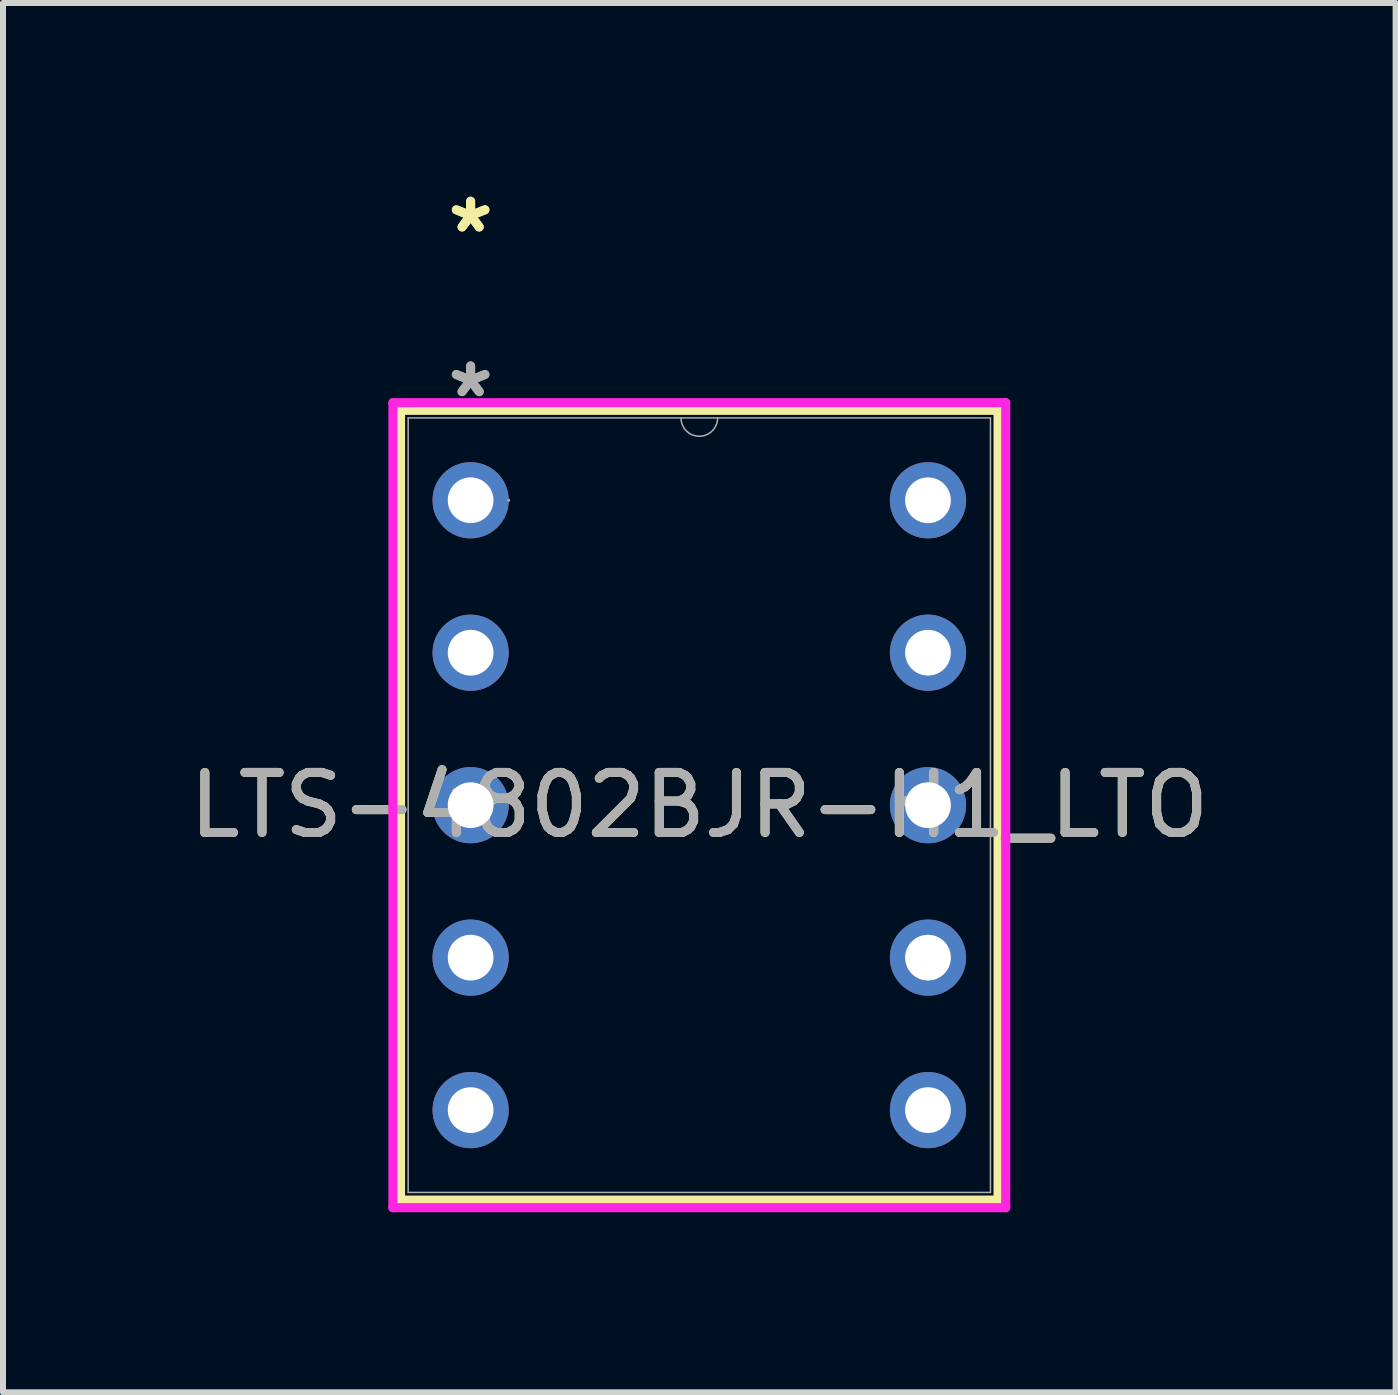
<source format=kicad_pcb>
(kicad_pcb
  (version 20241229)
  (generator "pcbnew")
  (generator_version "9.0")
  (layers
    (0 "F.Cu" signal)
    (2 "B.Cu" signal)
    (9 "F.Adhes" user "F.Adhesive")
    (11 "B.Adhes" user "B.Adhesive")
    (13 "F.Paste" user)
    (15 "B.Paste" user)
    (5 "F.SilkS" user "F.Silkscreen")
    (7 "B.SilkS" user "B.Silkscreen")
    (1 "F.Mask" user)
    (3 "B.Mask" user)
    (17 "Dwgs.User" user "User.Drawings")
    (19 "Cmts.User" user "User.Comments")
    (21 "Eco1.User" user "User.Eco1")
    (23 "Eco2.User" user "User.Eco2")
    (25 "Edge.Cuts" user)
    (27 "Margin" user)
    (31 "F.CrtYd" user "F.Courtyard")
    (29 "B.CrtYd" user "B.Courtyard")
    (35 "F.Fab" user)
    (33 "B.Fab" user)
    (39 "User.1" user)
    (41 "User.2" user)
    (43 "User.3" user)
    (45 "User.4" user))
  (footprint "LTS-4802BJR-H1_LTO"
    (layer "F.Cu")
    (at 4.791 5.285)
    (property "Reference" "LTS-4802BJR-H1_LTO" (at 3.81 5.08 0) (unlocked yes) (layer "F.SilkS") (effects (font (size 1 1) (thickness 0.15))))
    (attr through_hole)
    (fp_line (start -1.168 -1.499) (end -1.168 11.659) (stroke (width 0.152) (type solid)) (layer "F.SilkS"))
    (fp_line (start -1.168 11.659) (end 8.788 11.659) (stroke (width 0.152) (type solid)) (layer "F.SilkS"))
    (fp_line (start 8.788 -1.499) (end -1.168 -1.499) (stroke (width 0.152) (type solid)) (layer "F.SilkS"))
    (fp_line (start 8.788 11.659) (end 8.788 -1.499) (stroke (width 0.152) (type solid)) (layer "F.SilkS"))
    (fp_line (start -1.295 -1.626) (end 8.915 -1.626) (stroke (width 0.152) (type solid)) (layer "F.CrtYd"))
    (fp_line (start -1.295 11.786) (end -1.295 -1.626) (stroke (width 0.152) (type solid)) (layer "F.CrtYd"))
    (fp_line (start 8.915 -1.626) (end 8.915 11.786) (stroke (width 0.152) (type solid)) (layer "F.CrtYd"))
    (fp_line (start 8.915 11.786) (end -1.295 11.786) (stroke (width 0.152) (type solid)) (layer "F.CrtYd"))
    (fp_line (start -1.041 -1.372) (end -1.041 11.532) (stroke (width 0.025) (type solid)) (layer "F.Fab"))
    (fp_line (start -1.041 11.532) (end 8.661 11.532) (stroke (width 0.025) (type solid)) (layer "F.Fab"))
    (fp_line (start 8.661 -1.372) (end -1.041 -1.372) (stroke (width 0.025) (type solid)) (layer "F.Fab"))
    (fp_line (start 8.661 11.532) (end 8.661 -1.372) (stroke (width 0.025) (type solid)) (layer "F.Fab"))
    (fp_arc (start 4.1148 -1.3716) (mid 3.81 -1.0668) (end 3.5052 -1.3716) (stroke (width 0.0254) (type solid)) (layer "F.Fab"))
    (fp_circle (center 0.635 0) (end 0.635 0) (stroke (width 0.025) (type solid)) (fill no) (layer "F.Fab"))
    (fp_text user "*" (at 0 -4.437 0) (layer "F.SilkS") (effects (font (size 1 1) (thickness 0.15))))
    (fp_text user "*" (at 0 -4.437 0) (unlocked yes) (layer "F.SilkS") (effects (font (size 1 1) (thickness 0.15))))
    (fp_text user "*" (at 0 -1.693 0) (layer "F.Fab") (effects (font (size 1 1) (thickness 0.15))))
    (fp_text user "*" (at 0 -1.693 0) (unlocked yes) (layer "F.Fab") (effects (font (size 1 1) (thickness 0.15))))
    (fp_text user "${REFERENCE}" (at 3.81 5.08 0) (unlocked yes) (layer "F.Fab") (effects (font (size 1 1) (thickness 0.15))))
    (pad "1" thru_hole circle (at 0 0) (size 1.27 1.27) (drill 0.762) (layers "*.Cu" "*.Mask"))
    (pad "2" thru_hole circle (at 0 2.54) (size 1.27 1.27) (drill 0.762) (layers "*.Cu" "*.Mask"))
    (pad "3" thru_hole circle (at 0 5.08) (size 1.27 1.27) (drill 0.762) (layers "*.Cu" "*.Mask"))
    (pad "4" thru_hole circle (at 0 7.62) (size 1.27 1.27) (drill 0.762) (layers "*.Cu" "*.Mask"))
    (pad "5" thru_hole circle (at 0 10.16) (size 1.27 1.27) (drill 0.762) (layers "*.Cu" "*.Mask"))
    (pad "6" thru_hole circle (at 7.62 10.16) (size 1.27 1.27) (drill 0.762) (layers "*.Cu" "*.Mask"))
    (pad "7" thru_hole circle (at 7.62 7.62) (size 1.27 1.27) (drill 0.762) (layers "*.Cu" "*.Mask"))
    (pad "8" thru_hole circle (at 7.62 5.08) (size 1.27 1.27) (drill 0.762) (layers "*.Cu" "*.Mask"))
    (pad "9" thru_hole circle (at 7.62 2.54) (size 1.27 1.27) (drill 0.762) (layers "*.Cu" "*.Mask"))
    (pad "10" thru_hole circle (at 7.62 0) (size 1.27 1.27) (drill 0.762) (layers "*.Cu" "*.Mask")))
  (gr_rect
    (start -3 -3)
    (end 20.202 20.147)
    (stroke (width 0.1) (type default))
    (fill no)
    (layer "Edge.Cuts")))
</source>
